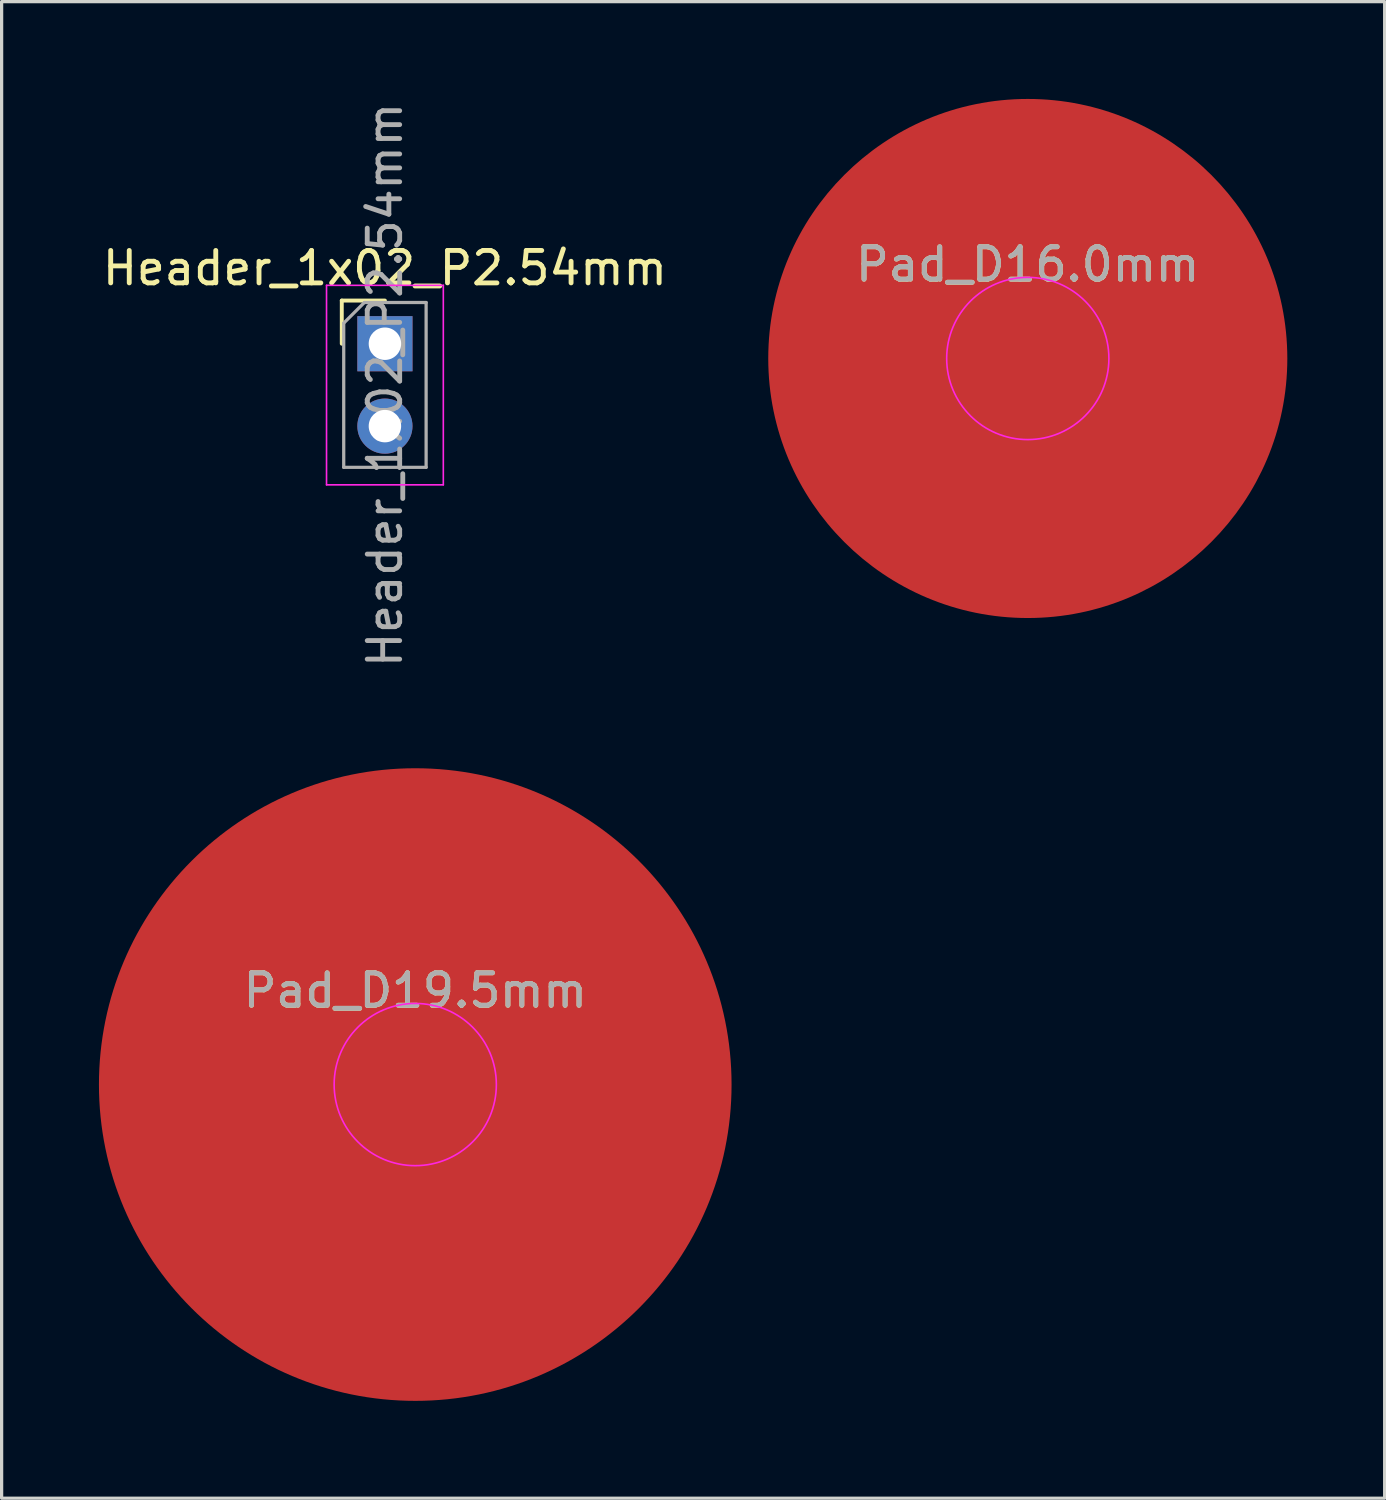
<source format=kicad_pcb>
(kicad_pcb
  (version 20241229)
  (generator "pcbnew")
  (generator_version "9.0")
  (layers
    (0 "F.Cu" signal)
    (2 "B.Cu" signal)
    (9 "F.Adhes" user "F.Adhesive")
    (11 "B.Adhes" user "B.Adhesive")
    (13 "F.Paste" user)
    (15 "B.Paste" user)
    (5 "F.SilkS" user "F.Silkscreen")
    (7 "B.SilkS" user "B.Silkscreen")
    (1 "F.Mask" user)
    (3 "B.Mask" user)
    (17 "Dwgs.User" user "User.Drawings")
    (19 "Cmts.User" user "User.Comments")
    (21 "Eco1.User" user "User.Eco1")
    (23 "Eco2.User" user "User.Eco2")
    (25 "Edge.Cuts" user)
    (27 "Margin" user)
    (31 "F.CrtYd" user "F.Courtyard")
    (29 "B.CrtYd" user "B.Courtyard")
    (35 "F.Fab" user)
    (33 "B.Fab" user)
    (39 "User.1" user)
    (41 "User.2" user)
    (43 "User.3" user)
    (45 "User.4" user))
  (footprint "Pad_D16.0mm"
    (layer "F.Cu")
    (at 28.631 8)
    (property "Reference" "Pad_D16.0mm" (at 0 -2.898 0) (layer "F.SilkS") (effects (font (size 1 1) (thickness 0.15))))
    (attr exclude_from_pos_files exclude_from_bom)
    (fp_circle (center 0 0) (end 2.5 0) (stroke (width 0.05) (type solid)) (fill no) (layer "F.CrtYd"))
    (fp_text user "${REFERENCE}" (at 0 -2.9 0) (layer "F.Fab") (effects (font (size 1 1) (thickness 0.15))))
    (pad "1" smd circle (at 0 0) (size 16 16) (layers "F.Cu" "F.Mask")))
  (footprint "Header_1x02_P2.54mm"
    (layer "F.Cu")
    (at 8.815 7.545)
    (property "Reference" "Header_1x02_P2.54mm" (at 0 -2.33 0) (layer "F.SilkS") (effects (font (size 1 1) (thickness 0.15))))
    (attr through_hole)
    (fp_line (start -1.33 -1.33) (end 0 -1.33) (stroke (width 0.12) (type solid)) (layer "F.SilkS"))
    (fp_line (start -1.33 0) (end -1.33 -1.33) (stroke (width 0.12) (type solid)) (layer "F.SilkS"))
    (fp_line (start -1.8 -1.8) (end -1.8 4.35) (stroke (width 0.05) (type solid)) (layer "F.CrtYd"))
    (fp_line (start -1.8 4.35) (end 1.8 4.35) (stroke (width 0.05) (type solid)) (layer "F.CrtYd"))
    (fp_line (start 1.8 -1.8) (end -1.8 -1.8) (stroke (width 0.05) (type solid)) (layer "F.CrtYd"))
    (fp_line (start 1.8 4.35) (end 1.8 -1.8) (stroke (width 0.05) (type solid)) (layer "F.CrtYd"))
    (fp_line (start -1.27 -0.635) (end -0.635 -1.27) (stroke (width 0.1) (type solid)) (layer "F.Fab"))
    (fp_line (start -1.27 3.81) (end -1.27 -0.635) (stroke (width 0.1) (type solid)) (layer "F.Fab"))
    (fp_line (start -0.635 -1.27) (end 1.27 -1.27) (stroke (width 0.1) (type solid)) (layer "F.Fab"))
    (fp_line (start 1.27 -1.27) (end 1.27 3.81) (stroke (width 0.1) (type solid)) (layer "F.Fab"))
    (fp_line (start 1.27 3.81) (end -1.27 3.81) (stroke (width 0.1) (type solid)) (layer "F.Fab"))
    (fp_text user "${REFERENCE}" (at 0 1.27 90) (layer "F.Fab") (effects (font (size 1 1) (thickness 0.15))))
    (pad "1" thru_hole rect (at 0 0) (size 1.7 1.7) (drill 1) (layers "*.Cu" "*.Mask"))
    (pad "2" thru_hole oval (at 0 2.54) (size 1.7 1.7) (drill 1) (layers "*.Cu" "*.Mask")))
  (footprint "Pad_D19.5mm"
    (layer "F.Cu")
    (at 9.75 30.381)
    (property "Reference" "Pad_D19.5mm" (at 0 -2.898 0) (layer "F.SilkS") (effects (font (size 1 1) (thickness 0.15))))
    (attr exclude_from_pos_files exclude_from_bom)
    (fp_circle (center 0 0) (end 2.5 0) (stroke (width 0.05) (type solid)) (fill no) (layer "F.CrtYd"))
    (fp_text user "${REFERENCE}" (at 0 -2.9 0) (layer "F.Fab") (effects (font (size 1 1) (thickness 0.15))))
    (pad "1" smd circle (at 0 0) (size 19.5 19.5) (layers "F.Cu" "F.Mask")))
  (gr_rect
    (start -3 -3)
    (end 39.631 43.131)
    (stroke (width 0.1) (type default))
    (fill no)
    (layer "Edge.Cuts")))
</source>
